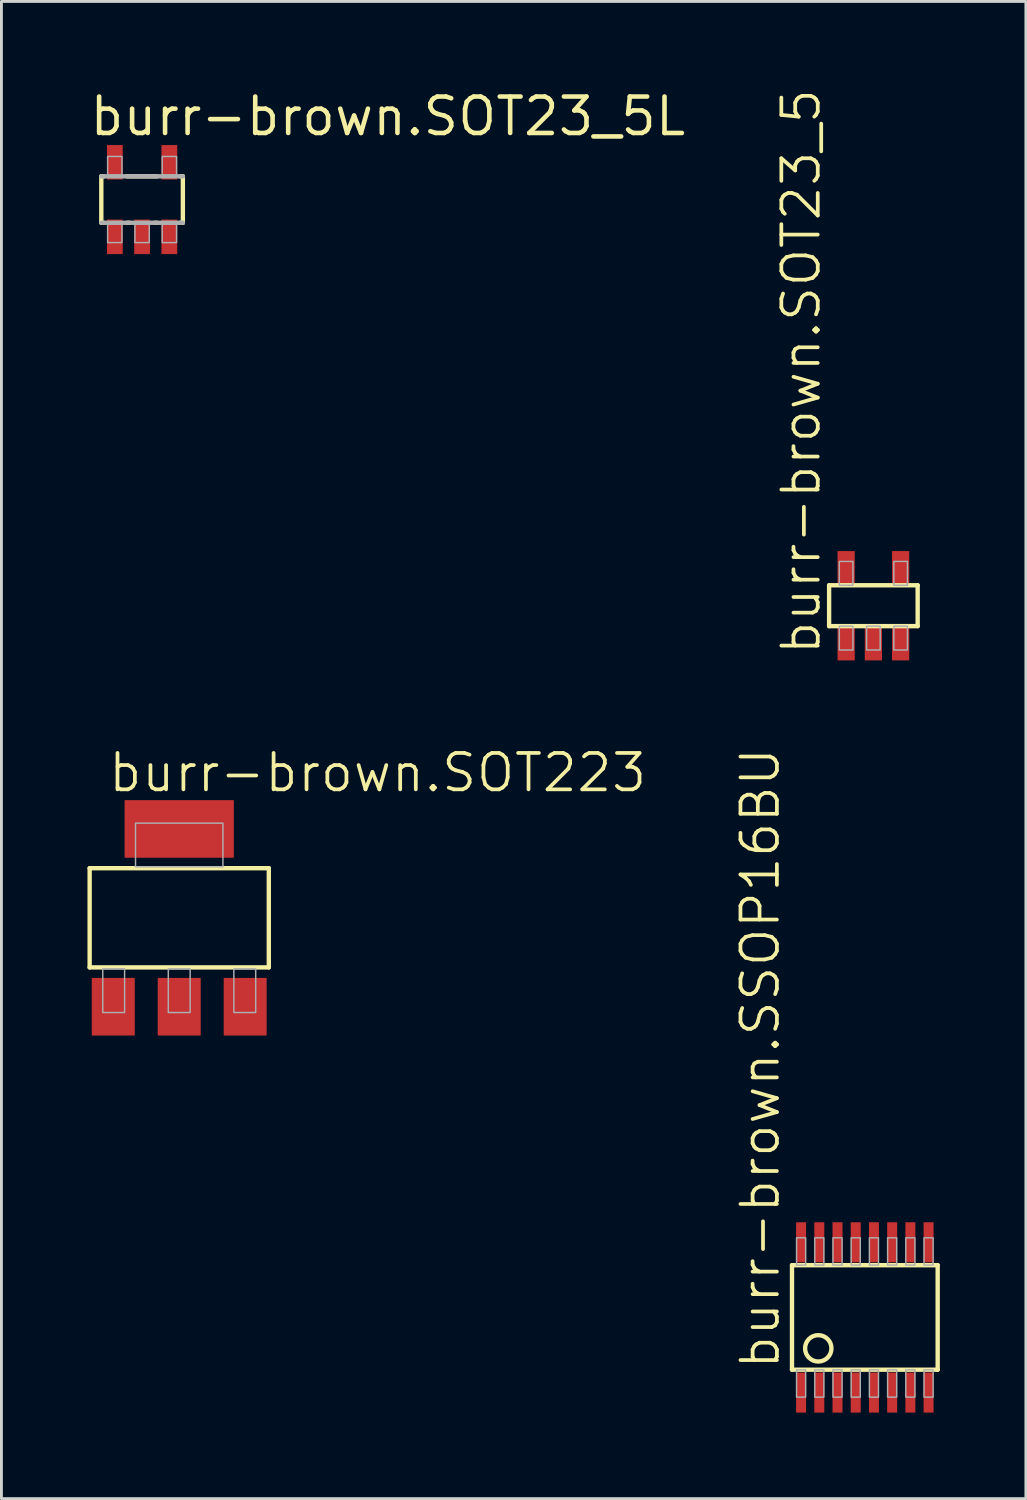
<source format=kicad_pcb>
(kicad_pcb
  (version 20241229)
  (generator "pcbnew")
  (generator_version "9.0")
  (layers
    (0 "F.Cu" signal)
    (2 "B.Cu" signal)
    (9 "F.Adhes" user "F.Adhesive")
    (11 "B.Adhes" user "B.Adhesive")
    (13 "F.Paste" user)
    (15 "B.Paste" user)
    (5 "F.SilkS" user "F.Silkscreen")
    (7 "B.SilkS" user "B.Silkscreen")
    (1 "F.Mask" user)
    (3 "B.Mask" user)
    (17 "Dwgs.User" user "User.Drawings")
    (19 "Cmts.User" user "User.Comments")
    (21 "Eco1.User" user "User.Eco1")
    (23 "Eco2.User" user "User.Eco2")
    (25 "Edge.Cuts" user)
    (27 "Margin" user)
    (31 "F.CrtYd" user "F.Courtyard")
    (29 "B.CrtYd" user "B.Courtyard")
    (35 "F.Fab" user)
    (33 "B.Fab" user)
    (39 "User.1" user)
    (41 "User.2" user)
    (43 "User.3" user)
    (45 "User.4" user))
  (footprint "burr-brown.SOT23_5"
    (layer "F.Cu")
    (at 27.407 18.073)
    (property "Reference" "burr-brown.SOT23_5" (at -1.778 1.778 90) (layer "F.SilkS") (effects (font (size 1.27 1.27) (thickness 0.13)) (justify left bottom)))
    (attr smd)
    (fp_line (start -1.544 -0.713) (end 1.544 -0.713) (stroke (width 0.152) (type default)) (layer "F.SilkS"))
    (fp_line (start -1.544 0.712) (end -1.544 -0.713) (stroke (width 0.152) (type default)) (layer "F.SilkS"))
    (fp_line (start 1.544 -0.713) (end 1.544 0.712) (stroke (width 0.152) (type default)) (layer "F.SilkS"))
    (fp_line (start 1.544 0.712) (end -1.544 0.712) (stroke (width 0.152) (type default)) (layer "F.SilkS"))
    (fp_rect (start -1.188 -0.713) (end -0.713 -1.544) (stroke (width 0.05) (type default)) (fill no) (layer "F.Fab"))
    (fp_rect (start -1.188 1.544) (end -0.713 0.712) (stroke (width 0.05) (type default)) (fill no) (layer "F.Fab"))
    (fp_rect (start -0.237 1.544) (end 0.237 0.712) (stroke (width 0.05) (type default)) (fill no) (layer "F.Fab"))
    (fp_rect (start 0.713 -0.713) (end 1.188 -1.544) (stroke (width 0.05) (type default)) (fill no) (layer "F.Fab"))
    (fp_rect (start 0.713 1.544) (end 1.188 0.712) (stroke (width 0.05) (type default)) (fill no) (layer "F.Fab"))
    (pad "1" smd roundrect (at -0.95 1.306) (size 0.6 1.2) (layers "F.Cu" "F.Mask" "F.Paste") (roundrect_rratio 0.01))
    (pad "2" smd roundrect (at 0 1.306) (size 0.6 1.2) (layers "F.Cu" "F.Mask" "F.Paste") (roundrect_rratio 0.01))
    (pad "3" smd roundrect (at 0.95 1.306) (size 0.6 1.2) (layers "F.Cu" "F.Mask" "F.Paste") (roundrect_rratio 0.01))
    (pad "4" smd roundrect (at 0.95 -1.306) (size 0.6 1.2) (layers "F.Cu" "F.Mask" "F.Paste") (roundrect_rratio 0.01))
    (pad "5" smd roundrect (at -0.95 -1.306) (size 0.6 1.2) (layers "F.Cu" "F.Mask" "F.Paste") (roundrect_rratio 0.01)))
  (footprint "burr-brown.SSOP16BU"
    (layer "F.Cu")
    (at 27.109 42.893)
    (property "Reference" "burr-brown.SSOP16BU" (at -2.905 1.873 90) (layer "F.SilkS") (effects (font (size 1.27 1.27) (thickness 0.13)) (justify left bottom)))
    (attr smd)
    (fp_line (start -2.54 -1.822) (end 2.54 -1.822) (stroke (width 0.152) (type default)) (layer "F.SilkS"))
    (fp_line (start -2.54 1.822) (end -2.54 -1.822) (stroke (width 0.152) (type default)) (layer "F.SilkS"))
    (fp_line (start 2.54 -1.822) (end 2.54 1.822) (stroke (width 0.152) (type default)) (layer "F.SilkS"))
    (fp_line (start 2.54 1.822) (end -2.54 1.822) (stroke (width 0.152) (type default)) (layer "F.SilkS"))
    (fp_circle (center -1.624 1.077) (end -1.164 1.077) (stroke (width 0.152) (type default)) (fill no) (layer "F.SilkS"))
    (fp_rect (start -2.381 -1.826) (end -2.064 -2.778) (stroke (width 0.05) (type default)) (fill no) (layer "F.Fab"))
    (fp_rect (start -2.381 2.778) (end -2.064 1.826) (stroke (width 0.05) (type default)) (fill no) (layer "F.Fab"))
    (fp_rect (start -1.746 -1.826) (end -1.429 -2.778) (stroke (width 0.05) (type default)) (fill no) (layer "F.Fab"))
    (fp_rect (start -1.746 2.778) (end -1.429 1.826) (stroke (width 0.05) (type default)) (fill no) (layer "F.Fab"))
    (fp_rect (start -1.111 -1.826) (end -0.794 -2.778) (stroke (width 0.05) (type default)) (fill no) (layer "F.Fab"))
    (fp_rect (start -1.111 2.778) (end -0.794 1.826) (stroke (width 0.05) (type default)) (fill no) (layer "F.Fab"))
    (fp_rect (start -0.476 -1.826) (end -0.159 -2.778) (stroke (width 0.05) (type default)) (fill no) (layer "F.Fab"))
    (fp_rect (start -0.476 2.778) (end -0.159 1.826) (stroke (width 0.05) (type default)) (fill no) (layer "F.Fab"))
    (fp_rect (start 0.159 -1.826) (end 0.476 -2.778) (stroke (width 0.05) (type default)) (fill no) (layer "F.Fab"))
    (fp_rect (start 0.159 2.778) (end 0.476 1.826) (stroke (width 0.05) (type default)) (fill no) (layer "F.Fab"))
    (fp_rect (start 0.794 -1.826) (end 1.111 -2.778) (stroke (width 0.05) (type default)) (fill no) (layer "F.Fab"))
    (fp_rect (start 0.794 2.778) (end 1.111 1.826) (stroke (width 0.05) (type default)) (fill no) (layer "F.Fab"))
    (fp_rect (start 1.429 -1.826) (end 1.746 -2.778) (stroke (width 0.05) (type default)) (fill no) (layer "F.Fab"))
    (fp_rect (start 1.429 2.778) (end 1.746 1.826) (stroke (width 0.05) (type default)) (fill no) (layer "F.Fab"))
    (fp_rect (start 2.064 -1.826) (end 2.381 -2.778) (stroke (width 0.05) (type default)) (fill no) (layer "F.Fab"))
    (fp_rect (start 2.064 2.778) (end 2.381 1.826) (stroke (width 0.05) (type default)) (fill no) (layer "F.Fab"))
    (pad "1" smd roundrect (at -2.223 2.619) (size 0.348 1.397) (layers "F.Cu" "F.Mask" "F.Paste") (roundrect_rratio 0.01))
    (pad "2" smd roundrect (at -1.588 2.62) (size 0.348 1.397) (layers "F.Cu" "F.Mask" "F.Paste") (roundrect_rratio 0.01))
    (pad "3" smd roundrect (at -0.953 2.62) (size 0.348 1.397) (layers "F.Cu" "F.Mask" "F.Paste") (roundrect_rratio 0.01))
    (pad "4" smd roundrect (at -0.318 2.62) (size 0.348 1.397) (layers "F.Cu" "F.Mask" "F.Paste") (roundrect_rratio 0.01))
    (pad "5" smd roundrect (at 0.318 2.62) (size 0.348 1.397) (layers "F.Cu" "F.Mask" "F.Paste") (roundrect_rratio 0.01))
    (pad "6" smd roundrect (at 0.953 2.62) (size 0.348 1.397) (layers "F.Cu" "F.Mask" "F.Paste") (roundrect_rratio 0.01))
    (pad "7" smd roundrect (at 1.588 2.62) (size 0.348 1.397) (layers "F.Cu" "F.Mask" "F.Paste") (roundrect_rratio 0.01))
    (pad "8" smd roundrect (at 2.223 2.62) (size 0.348 1.397) (layers "F.Cu" "F.Mask" "F.Paste") (roundrect_rratio 0.01))
    (pad "9" smd roundrect (at 2.223 -2.62) (size 0.348 1.397) (layers "F.Cu" "F.Mask" "F.Paste") (roundrect_rratio 0.01))
    (pad "10" smd roundrect (at 1.588 -2.62) (size 0.348 1.397) (layers "F.Cu" "F.Mask" "F.Paste") (roundrect_rratio 0.01))
    (pad "11" smd roundrect (at 0.953 -2.62) (size 0.348 1.397) (layers "F.Cu" "F.Mask" "F.Paste") (roundrect_rratio 0.01))
    (pad "12" smd roundrect (at 0.318 -2.62) (size 0.348 1.397) (layers "F.Cu" "F.Mask" "F.Paste") (roundrect_rratio 0.01))
    (pad "13" smd roundrect (at -0.318 -2.62) (size 0.348 1.397) (layers "F.Cu" "F.Mask" "F.Paste") (roundrect_rratio 0.01))
    (pad "14" smd roundrect (at -0.953 -2.62) (size 0.348 1.397) (layers "F.Cu" "F.Mask" "F.Paste") (roundrect_rratio 0.01))
    (pad "15" smd roundrect (at -1.588 -2.62) (size 0.348 1.397) (layers "F.Cu" "F.Mask" "F.Paste") (roundrect_rratio 0.01))
    (pad "16" smd roundrect (at -2.223 -2.62) (size 0.348 1.397) (layers "F.Cu" "F.Mask" "F.Paste") (roundrect_rratio 0.01)))
  (footprint "burr-brown.SOT23_5L"
    (layer "F.Cu")
    (at 1.905 3.909)
    (property "Reference" "burr-brown.SOT23_5L" (at -1.905 -2.159 0) (layer "F.SilkS") (effects (font (size 1.27 1.27) (thickness 0.16)) (justify left bottom)))
    (attr smd)
    (fp_line (start -1.422 -0.81) (end -1.328 -0.81) (stroke (width 0.152) (type default)) (layer "F.SilkS"))
    (fp_line (start -1.422 0.81) (end -1.422 -0.81) (stroke (width 0.152) (type default)) (layer "F.SilkS"))
    (fp_line (start -1.328 0.81) (end -1.422 0.81) (stroke (width 0.152) (type default)) (layer "F.SilkS"))
    (fp_line (start -0.522 -0.81) (end 0.522 -0.81) (stroke (width 0.152) (type default)) (layer "F.SilkS"))
    (fp_line (start -0.428 0.81) (end -0.522 0.81) (stroke (width 0.152) (type default)) (layer "F.SilkS"))
    (fp_line (start 0.522 0.81) (end 0.428 0.81) (stroke (width 0.152) (type default)) (layer "F.SilkS"))
    (fp_line (start 1.328 -0.81) (end 1.422 -0.81) (stroke (width 0.152) (type default)) (layer "F.SilkS"))
    (fp_line (start 1.422 -0.81) (end 1.422 0.81) (stroke (width 0.152) (type default)) (layer "F.SilkS"))
    (fp_line (start 1.422 0.81) (end 1.328 0.81) (stroke (width 0.152) (type default)) (layer "F.SilkS"))
    (fp_line (start -1.422 -0.81) (end 1.422 -0.81) (stroke (width 0.152) (type default)) (layer "F.Fab"))
    (fp_line (start 1.422 0.81) (end -1.422 0.81) (stroke (width 0.152) (type default)) (layer "F.Fab"))
    (fp_rect (start -1.202 -0.852) (end -0.702 -1.502) (stroke (width 0.05) (type default)) (fill no) (layer "F.Fab"))
    (fp_rect (start -1.202 1.5) (end -0.702 0.851) (stroke (width 0.05) (type default)) (fill no) (layer "F.Fab"))
    (fp_rect (start -0.25 1.501) (end 0.25 0.851) (stroke (width 0.05) (type default)) (fill no) (layer "F.Fab"))
    (fp_rect (start 0.702 1.501) (end 1.202 0.851) (stroke (width 0.05) (type default)) (fill no) (layer "F.Fab"))
    (fp_rect (start 0.702 -0.852) (end 1.202 -1.502) (stroke (width 0.05) (type default)) (fill no) (layer "F.Fab"))
    (pad "1" smd roundrect (at -0.95 1.3) (size 0.55 1.2) (layers "F.Cu" "F.Mask" "F.Paste") (roundrect_rratio 0.01))
    (pad "2" smd roundrect (at 0 1.3) (size 0.55 1.2) (layers "F.Cu" "F.Mask" "F.Paste") (roundrect_rratio 0.01))
    (pad "3" smd roundrect (at 0.95 1.3) (size 0.55 1.2) (layers "F.Cu" "F.Mask" "F.Paste") (roundrect_rratio 0.01))
    (pad "4" smd roundrect (at 0.95 -1.3) (size 0.55 1.2) (layers "F.Cu" "F.Mask" "F.Paste") (roundrect_rratio 0.01))
    (pad "5" smd roundrect (at -0.95 -1.3) (size 0.55 1.2) (layers "F.Cu" "F.Mask" "F.Paste") (roundrect_rratio 0.01)))
  (footprint "burr-brown.SOT223"
    (layer "F.Cu")
    (at 3.2 28.957)
    (property "Reference" "burr-brown.SOT223" (at -2.54 -4.318 0) (layer "F.SilkS") (effects (font (size 1.27 1.27) (thickness 0.13)) (justify left bottom)))
    (attr smd)
    (fp_line (start -3.124 -1.731) (end -3.124 1.729) (stroke (width 0.152) (type default)) (layer "F.SilkS"))
    (fp_line (start -3.124 -1.731) (end 3.124 -1.731) (stroke (width 0.152) (type default)) (layer "F.SilkS"))
    (fp_line (start 3.124 1.729) (end -3.124 1.729) (stroke (width 0.152) (type default)) (layer "F.SilkS"))
    (fp_line (start 3.124 1.729) (end 3.124 -1.731) (stroke (width 0.152) (type default)) (layer "F.SilkS"))
    (fp_rect (start -2.667 3.302) (end -1.905 1.778) (stroke (width 0.05) (type default)) (fill no) (layer "F.Fab"))
    (fp_rect (start -1.524 -1.778) (end 1.524 -3.302) (stroke (width 0.05) (type default)) (fill no) (layer "F.Fab"))
    (fp_rect (start -0.381 3.302) (end 0.381 1.778) (stroke (width 0.05) (type default)) (fill no) (layer "F.Fab"))
    (fp_rect (start 1.905 3.302) (end 2.667 1.778) (stroke (width 0.05) (type default)) (fill no) (layer "F.Fab"))
    (pad "1" smd roundrect (at -2.3 3.1) (size 1.499 2.007) (layers "F.Cu" "F.Mask" "F.Paste") (roundrect_rratio 0.01))
    (pad "2" smd roundrect (at 0 3.1) (size 1.499 2.007) (layers "F.Cu" "F.Mask" "F.Paste") (roundrect_rratio 0.01))
    (pad "3" smd roundrect (at 2.3 3.1) (size 1.499 2.007) (layers "F.Cu" "F.Mask" "F.Paste") (roundrect_rratio 0.01))
    (pad "4" smd roundrect (at 0 -3.1) (size 3.81 2.007) (layers "F.Cu" "F.Mask" "F.Paste") (roundrect_rratio 0.01)))
  (gr_rect
    (start -3 -3)
    (end 32.725 49.211)
    (stroke (width 0.1) (type default))
    (fill no)
    (layer "Edge.Cuts")))
</source>
